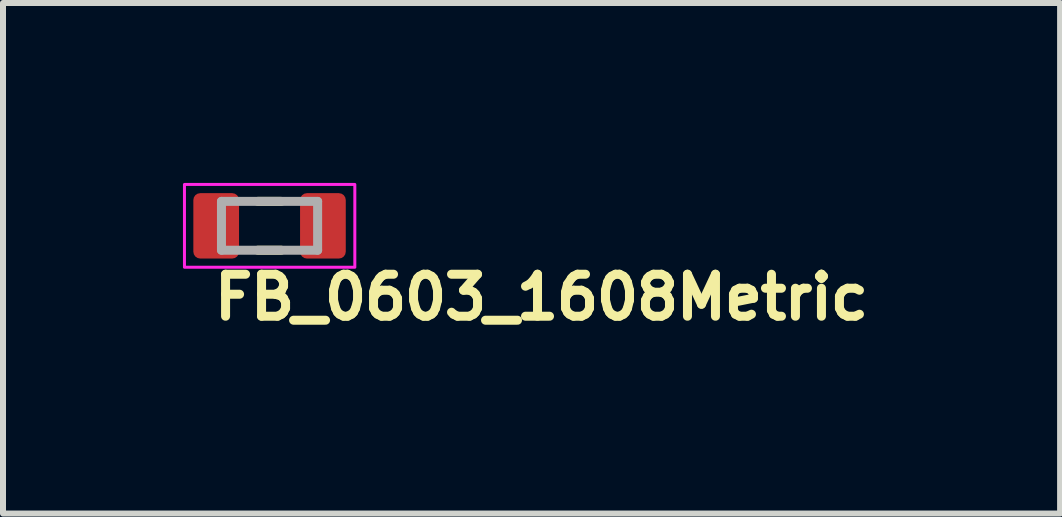
<source format=kicad_pcb>
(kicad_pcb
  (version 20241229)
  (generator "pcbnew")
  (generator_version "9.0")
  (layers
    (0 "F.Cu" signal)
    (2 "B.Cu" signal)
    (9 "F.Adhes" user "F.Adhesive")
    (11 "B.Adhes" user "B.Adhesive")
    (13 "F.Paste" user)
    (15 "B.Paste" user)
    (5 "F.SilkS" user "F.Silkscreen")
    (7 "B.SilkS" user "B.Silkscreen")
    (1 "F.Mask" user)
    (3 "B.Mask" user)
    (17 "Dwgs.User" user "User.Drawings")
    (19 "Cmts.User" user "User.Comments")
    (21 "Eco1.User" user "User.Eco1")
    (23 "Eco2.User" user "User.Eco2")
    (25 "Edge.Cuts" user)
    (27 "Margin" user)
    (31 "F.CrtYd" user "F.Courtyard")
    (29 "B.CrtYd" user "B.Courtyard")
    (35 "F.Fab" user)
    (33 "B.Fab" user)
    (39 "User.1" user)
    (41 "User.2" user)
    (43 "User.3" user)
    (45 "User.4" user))
  (footprint "FB_0603_1608Metric"
    (layer "F.Cu")
    (at 1.445 0.715)
    (property "Reference" "FB_0603_1608Metric" (at -1 1.6 180) (layer "F.SilkS") (effects (font (size 0.7 0.7) (thickness 0.15)) (justify left bottom)))
    (attr smd)
    (fp_line (start 0.193 -0.408) (end -0.196 -0.408) (stroke (width 0.15) (type solid)) (layer "F.SilkS"))
    (fp_line (start 0.193 0.406) (end -0.196 0.406) (stroke (width 0.15) (type solid)) (layer "F.SilkS"))
    (fp_rect (start 1.42 0.69) (end -1.42 -0.69) (stroke (width 0.05) (type solid)) (fill no) (layer "F.CrtYd"))
    (fp_line (start -0.803 -0.408) (end -0.803 0.406) (stroke (width 0.15) (type solid)) (layer "F.Fab"))
    (fp_line (start -0.803 -0.408) (end 0.8 -0.408) (stroke (width 0.15) (type solid)) (layer "F.Fab"))
    (fp_line (start -0.803 0.406) (end 0.8 0.406) (stroke (width 0.15) (type solid)) (layer "F.Fab"))
    (fp_line (start 0.8 0.406) (end 0.8 -0.408) (stroke (width 0.15) (type solid)) (layer "F.Fab"))
    (fp_rect (start 0.8 0.4) (end -0.802 -0.402) (stroke (width 0.1) (type solid)) (fill no) (layer "User.5"))
    (fp_line (start -0.802 -0.392) (end -0.802 -0.392) (stroke (width 0.02) (type solid)) (layer "User.9"))
    (fp_line (start -0.802 -0.392) (end -0.802 0.39) (stroke (width 0.02) (type solid)) (layer "User.9"))
    (fp_line (start -0.802 -0.392) (end -0.801 -0.392) (stroke (width 0.02) (type solid)) (layer "User.9"))
    (fp_line (start -0.802 0.39) (end -0.802 0.39) (stroke (width 0.02) (type solid)) (layer "User.9"))
    (fp_line (start -0.802 0.39) (end -0.801 0.389) (stroke (width 0.02) (type solid)) (layer "User.9"))
    (fp_line (start -0.801 -0.396) (end -0.8 -0.396) (stroke (width 0.02) (type solid)) (layer "User.9"))
    (fp_line (start -0.801 -0.395) (end -0.801 -0.396) (stroke (width 0.02) (type solid)) (layer "User.9"))
    (fp_line (start -0.801 -0.395) (end -0.801 -0.395) (stroke (width 0.02) (type solid)) (layer "User.9"))
    (fp_line (start -0.801 -0.394) (end -0.801 -0.395) (stroke (width 0.02) (type solid)) (layer "User.9"))
    (fp_line (start -0.801 -0.394) (end -0.801 -0.394) (stroke (width 0.02) (type solid)) (layer "User.9"))
    (fp_line (start -0.801 -0.394) (end -0.801 -0.394) (stroke (width 0.02) (type solid)) (layer "User.9"))
    (fp_line (start -0.801 -0.393) (end -0.801 -0.394) (stroke (width 0.02) (type solid)) (layer "User.9"))
    (fp_line (start -0.801 -0.393) (end -0.801 -0.393) (stroke (width 0.02) (type solid)) (layer "User.9"))
    (fp_line (start -0.801 -0.392) (end -0.801 -0.393) (stroke (width 0.02) (type solid)) (layer "User.9"))
    (fp_line (start -0.801 -0.391) (end -0.802 -0.392) (stroke (width 0.02) (type solid)) (layer "User.9"))
    (fp_line (start -0.801 -0.39) (end -0.801 -0.391) (stroke (width 0.02) (type solid)) (layer "User.9"))
    (fp_line (start -0.801 -0.39) (end -0.801 -0.39) (stroke (width 0.02) (type solid)) (layer "User.9"))
    (fp_line (start -0.801 -0.389) (end -0.801 -0.39) (stroke (width 0.02) (type solid)) (layer "User.9"))
    (fp_line (start -0.801 -0.389) (end -0.801 -0.389) (stroke (width 0.02) (type solid)) (layer "User.9"))
    (fp_line (start -0.801 -0.389) (end -0.801 -0.389) (stroke (width 0.02) (type solid)) (layer "User.9"))
    (fp_line (start -0.801 -0.388) (end -0.801 -0.389) (stroke (width 0.02) (type solid)) (layer "User.9"))
    (fp_line (start -0.801 -0.388) (end -0.801 -0.388) (stroke (width 0.02) (type solid)) (layer "User.9"))
    (fp_line (start -0.801 -0.387) (end -0.801 -0.388) (stroke (width 0.02) (type solid)) (layer "User.9"))
    (fp_line (start -0.801 0.385) (end -0.8 0.385) (stroke (width 0.02) (type solid)) (layer "User.9"))
    (fp_line (start -0.801 0.386) (end -0.801 0.385) (stroke (width 0.02) (type solid)) (layer "User.9"))
    (fp_line (start -0.801 0.386) (end -0.801 0.386) (stroke (width 0.02) (type solid)) (layer "User.9"))
    (fp_line (start -0.801 0.387) (end -0.801 0.386) (stroke (width 0.02) (type solid)) (layer "User.9"))
    (fp_line (start -0.801 0.387) (end -0.801 0.387) (stroke (width 0.02) (type solid)) (layer "User.9"))
    (fp_line (start -0.801 0.387) (end -0.801 0.387) (stroke (width 0.02) (type solid)) (layer "User.9"))
    (fp_line (start -0.801 0.388) (end -0.801 0.387) (stroke (width 0.02) (type solid)) (layer "User.9"))
    (fp_line (start -0.801 0.388) (end -0.801 0.388) (stroke (width 0.02) (type solid)) (layer "User.9"))
    (fp_line (start -0.801 0.389) (end -0.801 0.388) (stroke (width 0.02) (type solid)) (layer "User.9"))
    (fp_line (start -0.801 0.39) (end -0.802 0.39) (stroke (width 0.02) (type solid)) (layer "User.9"))
    (fp_line (start -0.801 0.391) (end -0.801 0.39) (stroke (width 0.02) (type solid)) (layer "User.9"))
    (fp_line (start -0.801 0.391) (end -0.801 0.391) (stroke (width 0.02) (type solid)) (layer "User.9"))
    (fp_line (start -0.801 0.392) (end -0.801 0.391) (stroke (width 0.02) (type solid)) (layer "User.9"))
    (fp_line (start -0.801 0.392) (end -0.801 0.392) (stroke (width 0.02) (type solid)) (layer "User.9"))
    (fp_line (start -0.801 0.392) (end -0.801 0.392) (stroke (width 0.02) (type solid)) (layer "User.9"))
    (fp_line (start -0.801 0.393) (end -0.801 0.392) (stroke (width 0.02) (type solid)) (layer "User.9"))
    (fp_line (start -0.801 0.393) (end -0.801 0.393) (stroke (width 0.02) (type solid)) (layer "User.9"))
    (fp_line (start -0.801 0.394) (end -0.801 0.393) (stroke (width 0.02) (type solid)) (layer "User.9"))
    (fp_line (start -0.8 -0.397) (end -0.8 -0.397) (stroke (width 0.02) (type solid)) (layer "User.9"))
    (fp_line (start -0.8 -0.397) (end -0.8 -0.397) (stroke (width 0.02) (type solid)) (layer "User.9"))
    (fp_line (start -0.8 -0.397) (end -0.799 -0.398) (stroke (width 0.02) (type solid)) (layer "User.9"))
    (fp_line (start -0.8 -0.396) (end -0.8 -0.397) (stroke (width 0.02) (type solid)) (layer "User.9"))
    (fp_line (start -0.8 -0.387) (end -0.801 -0.387) (stroke (width 0.02) (type solid)) (layer "User.9"))
    (fp_line (start -0.8 -0.386) (end -0.8 -0.387) (stroke (width 0.02) (type solid)) (layer "User.9"))
    (fp_line (start -0.8 -0.386) (end -0.8 -0.386) (stroke (width 0.02) (type solid)) (layer "User.9"))
    (fp_line (start -0.8 -0.386) (end -0.8 -0.386) (stroke (width 0.02) (type solid)) (layer "User.9"))
    (fp_line (start -0.8 0.384) (end -0.8 0.384) (stroke (width 0.02) (type solid)) (layer "User.9"))
    (fp_line (start -0.8 0.384) (end -0.8 0.384) (stroke (width 0.02) (type solid)) (layer "User.9"))
    (fp_line (start -0.8 0.384) (end -0.799 0.382) (stroke (width 0.02) (type solid)) (layer "User.9"))
    (fp_line (start -0.8 0.385) (end -0.8 0.384) (stroke (width 0.02) (type solid)) (layer "User.9"))
    (fp_line (start -0.8 0.394) (end -0.801 0.394) (stroke (width 0.02) (type solid)) (layer "User.9"))
    (fp_line (start -0.8 0.395) (end -0.8 0.394) (stroke (width 0.02) (type solid)) (layer "User.9"))
    (fp_line (start -0.8 0.395) (end -0.8 0.395) (stroke (width 0.02) (type solid)) (layer "User.9"))
    (fp_line (start -0.8 0.395) (end -0.8 0.395) (stroke (width 0.02) (type solid)) (layer "User.9"))
    (fp_line (start -0.799 -0.399) (end -0.798 -0.399) (stroke (width 0.02) (type solid)) (layer "User.9"))
    (fp_line (start -0.799 -0.398) (end -0.799 -0.399) (stroke (width 0.02) (type solid)) (layer "User.9"))
    (fp_line (start -0.799 -0.398) (end -0.799 -0.398) (stroke (width 0.02) (type solid)) (layer "User.9"))
    (fp_line (start -0.799 -0.384) (end -0.8 -0.386) (stroke (width 0.02) (type solid)) (layer "User.9"))
    (fp_line (start -0.799 -0.384) (end -0.799 -0.384) (stroke (width 0.02) (type solid)) (layer "User.9"))
    (fp_line (start -0.799 -0.383) (end -0.799 -0.384) (stroke (width 0.02) (type solid)) (layer "User.9"))
    (fp_line (start -0.799 0.381) (end -0.798 0.381) (stroke (width 0.02) (type solid)) (layer "User.9"))
    (fp_line (start -0.799 0.382) (end -0.799 0.381) (stroke (width 0.02) (type solid)) (layer "User.9"))
    (fp_line (start -0.799 0.382) (end -0.799 0.382) (stroke (width 0.02) (type solid)) (layer "User.9"))
    (fp_line (start -0.799 0.396) (end -0.8 0.395) (stroke (width 0.02) (type solid)) (layer "User.9"))
    (fp_line (start -0.799 0.396) (end -0.799 0.396) (stroke (width 0.02) (type solid)) (layer "User.9"))
    (fp_line (start -0.799 0.397) (end -0.799 0.396) (stroke (width 0.02) (type solid)) (layer "User.9"))
    (fp_line (start -0.798 -0.399) (end -0.798 -0.399) (stroke (width 0.02) (type solid)) (layer "User.9"))
    (fp_line (start -0.798 -0.399) (end -0.797 -0.4) (stroke (width 0.02) (type solid)) (layer "User.9"))
    (fp_line (start -0.798 -0.383) (end -0.799 -0.383) (stroke (width 0.02) (type solid)) (layer "User.9"))
    (fp_line (start -0.798 -0.383) (end -0.798 -0.383) (stroke (width 0.02) (type solid)) (layer "User.9"))
    (fp_line (start -0.798 0.381) (end -0.798 0.381) (stroke (width 0.02) (type solid)) (layer "User.9"))
    (fp_line (start -0.798 0.381) (end -0.797 0.38) (stroke (width 0.02) (type solid)) (layer "User.9"))
    (fp_line (start -0.798 0.397) (end -0.799 0.397) (stroke (width 0.02) (type solid)) (layer "User.9"))
    (fp_line (start -0.798 0.397) (end -0.798 0.397) (stroke (width 0.02) (type solid)) (layer "User.9"))
    (fp_line (start -0.797 -0.4) (end -0.797 -0.4) (stroke (width 0.02) (type solid)) (layer "User.9"))
    (fp_line (start -0.797 -0.4) (end -0.797 -0.4) (stroke (width 0.02) (type solid)) (layer "User.9"))
    (fp_line (start -0.797 -0.4) (end -0.796 -0.4) (stroke (width 0.02) (type solid)) (layer "User.9"))
    (fp_line (start -0.797 -0.382) (end -0.798 -0.383) (stroke (width 0.02) (type solid)) (layer "User.9"))
    (fp_line (start -0.797 -0.382) (end -0.797 -0.382) (stroke (width 0.02) (type solid)) (layer "User.9"))
    (fp_line (start -0.797 -0.382) (end -0.797 -0.382) (stroke (width 0.02) (type solid)) (layer "User.9"))
    (fp_line (start -0.797 0.38) (end -0.797 0.38) (stroke (width 0.02) (type solid)) (layer "User.9"))
    (fp_line (start -0.797 0.38) (end -0.797 0.38) (stroke (width 0.02) (type solid)) (layer "User.9"))
    (fp_line (start -0.797 0.38) (end -0.796 0.38) (stroke (width 0.02) (type solid)) (layer "User.9"))
    (fp_line (start -0.797 0.398) (end -0.798 0.397) (stroke (width 0.02) (type solid)) (layer "User.9"))
    (fp_line (start -0.797 0.398) (end -0.797 0.398) (stroke (width 0.02) (type solid)) (layer "User.9"))
    (fp_line (start -0.797 0.398) (end -0.797 0.398) (stroke (width 0.02) (type solid)) (layer "User.9"))
    (fp_line (start -0.796 -0.401) (end -0.795 -0.401) (stroke (width 0.02) (type solid)) (layer "User.9"))
    (fp_line (start -0.796 -0.4) (end -0.796 -0.401) (stroke (width 0.02) (type solid)) (layer "User.9"))
    (fp_line (start -0.796 -0.382) (end -0.797 -0.382) (stroke (width 0.02) (type solid)) (layer "User.9"))
    (fp_line (start -0.796 -0.381) (end -0.796 -0.382) (stroke (width 0.02) (type solid)) (layer "User.9"))
    (fp_line (start -0.796 0.379) (end -0.795 0.379) (stroke (width 0.02) (type solid)) (layer "User.9"))
    (fp_line (start -0.796 0.38) (end -0.796 0.379) (stroke (width 0.02) (type solid)) (layer "User.9"))
    (fp_line (start -0.796 0.398) (end -0.797 0.398) (stroke (width 0.02) (type solid)) (layer "User.9"))
    (fp_line (start -0.796 0.399) (end -0.796 0.398) (stroke (width 0.02) (type solid)) (layer "User.9"))
    (fp_line (start -0.795 -0.401) (end -0.795 -0.401) (stroke (width 0.02) (type solid)) (layer "User.9"))
    (fp_line (start -0.795 -0.401) (end -0.794 -0.401) (stroke (width 0.02) (type solid)) (layer "User.9"))
    (fp_line (start -0.795 -0.381) (end -0.796 -0.381) (stroke (width 0.02) (type solid)) (layer "User.9"))
    (fp_line (start -0.795 -0.381) (end -0.795 -0.381) (stroke (width 0.02) (type solid)) (layer "User.9"))
    (fp_line (start -0.795 0.379) (end -0.795 0.379) (stroke (width 0.02) (type solid)) (layer "User.9"))
    (fp_line (start -0.795 0.379) (end -0.794 0.379) (stroke (width 0.02) (type solid)) (layer "User.9"))
    (fp_line (start -0.795 0.399) (end -0.796 0.399) (stroke (width 0.02) (type solid)) (layer "User.9"))
    (fp_line (start -0.795 0.399) (end -0.795 0.399) (stroke (width 0.02) (type solid)) (layer "User.9"))
    (fp_line (start -0.794 -0.401) (end -0.794 -0.401) (stroke (width 0.02) (type solid)) (layer "User.9"))
    (fp_line (start -0.794 -0.401) (end -0.794 -0.401) (stroke (width 0.02) (type solid)) (layer "User.9"))
    (fp_line (start -0.794 -0.401) (end -0.793 -0.401) (stroke (width 0.02) (type solid)) (layer "User.9"))
    (fp_line (start -0.794 -0.381) (end -0.795 -0.381) (stroke (width 0.02) (type solid)) (layer "User.9"))
    (fp_line (start -0.794 -0.381) (end -0.794 -0.381) (stroke (width 0.02) (type solid)) (layer "User.9"))
    (fp_line (start -0.794 -0.381) (end -0.794 -0.381) (stroke (width 0.02) (type solid)) (layer "User.9"))
    (fp_line (start -0.794 0.379) (end -0.794 0.379) (stroke (width 0.02) (type solid)) (layer "User.9"))
    (fp_line (start -0.794 0.379) (end -0.794 0.379) (stroke (width 0.02) (type solid)) (layer "User.9"))
    (fp_line (start -0.794 0.379) (end -0.793 0.379) (stroke (width 0.02) (type solid)) (layer "User.9"))
    (fp_line (start -0.794 0.399) (end -0.795 0.399) (stroke (width 0.02) (type solid)) (layer "User.9"))
    (fp_line (start -0.794 0.399) (end -0.794 0.399) (stroke (width 0.02) (type solid)) (layer "User.9"))
    (fp_line (start -0.794 0.399) (end -0.794 0.399) (stroke (width 0.02) (type solid)) (layer "User.9"))
    (fp_line (start -0.793 -0.401) (end -0.793 -0.401) (stroke (width 0.02) (type solid)) (layer "User.9"))
    (fp_line (start -0.793 -0.401) (end -0.792 -0.401) (stroke (width 0.02) (type solid)) (layer "User.9"))
    (fp_line (start -0.793 -0.381) (end -0.794 -0.381) (stroke (width 0.02) (type solid)) (layer "User.9"))
    (fp_line (start -0.793 -0.381) (end -0.793 -0.381) (stroke (width 0.02) (type solid)) (layer "User.9"))
    (fp_line (start -0.793 0.379) (end -0.793 0.379) (stroke (width 0.02) (type solid)) (layer "User.9"))
    (fp_line (start -0.793 0.379) (end -0.792 0.379) (stroke (width 0.02) (type solid)) (layer "User.9"))
    (fp_line (start -0.793 0.399) (end -0.794 0.399) (stroke (width 0.02) (type solid)) (layer "User.9"))
    (fp_line (start -0.793 0.399) (end -0.793 0.399) (stroke (width 0.02) (type solid)) (layer "User.9"))
    (fp_line (start -0.792 -0.402) (end -0.792 -0.402) (stroke (width 0.02) (type solid)) (layer "User.9"))
    (fp_line (start -0.792 -0.402) (end -0.791 -0.401) (stroke (width 0.02) (type solid)) (layer "User.9"))
    (fp_line (start -0.792 -0.402) (end -0.772 -0.402) (stroke (width 0.02) (type solid)) (layer "User.9"))
    (fp_line (start -0.792 -0.401) (end -0.792 -0.402) (stroke (width 0.02) (type solid)) (layer "User.9"))
    (fp_line (start -0.792 -0.381) (end -0.793 -0.381) (stroke (width 0.02) (type solid)) (layer "User.9"))
    (fp_line (start -0.792 -0.38) (end -0.792 -0.381) (stroke (width 0.02) (type solid)) (layer "User.9"))
    (fp_line (start -0.792 -0.38) (end -0.792 -0.38) (stroke (width 0.02) (type solid)) (layer "User.9"))
    (fp_line (start -0.792 0.378) (end -0.792 0.378) (stroke (width 0.02) (type solid)) (layer "User.9"))
    (fp_line (start -0.792 0.378) (end -0.791 0.379) (stroke (width 0.02) (type solid)) (layer "User.9"))
    (fp_line (start -0.792 0.379) (end -0.792 0.378) (stroke (width 0.02) (type solid)) (layer "User.9"))
    (fp_line (start -0.792 0.399) (end -0.793 0.399) (stroke (width 0.02) (type solid)) (layer "User.9"))
    (fp_line (start -0.792 0.4) (end -0.792 0.399) (stroke (width 0.02) (type solid)) (layer "User.9"))
    (fp_line (start -0.792 0.4) (end -0.792 0.4) (stroke (width 0.02) (type solid)) (layer "User.9"))
    (fp_line (start -0.792 0.4) (end -0.772 0.4) (stroke (width 0.02) (type solid)) (layer "User.9"))
    (fp_line (start -0.791 -0.401) (end -0.79 -0.401) (stroke (width 0.02) (type solid)) (layer "User.9"))
    (fp_line (start -0.791 -0.381) (end -0.792 -0.38) (stroke (width 0.02) (type solid)) (layer "User.9"))
    (fp_line (start -0.791 0.379) (end -0.79 0.379) (stroke (width 0.02) (type solid)) (layer "User.9"))
    (fp_line (start -0.791 0.399) (end -0.792 0.4) (stroke (width 0.02) (type solid)) (layer "User.9"))
    (fp_line (start -0.79 -0.401) (end -0.79 -0.401) (stroke (width 0.02) (type solid)) (layer "User.9"))
    (fp_line (start -0.79 -0.401) (end -0.789 -0.401) (stroke (width 0.02) (type solid)) (layer "User.9"))
    (fp_line (start -0.79 -0.381) (end -0.791 -0.381) (stroke (width 0.02) (type solid)) (layer "User.9"))
    (fp_line (start -0.79 -0.381) (end -0.79 -0.381) (stroke (width 0.02) (type solid)) (layer "User.9"))
    (fp_line (start -0.79 0.379) (end -0.79 0.379) (stroke (width 0.02) (type solid)) (layer "User.9"))
    (fp_line (start -0.79 0.379) (end -0.789 0.379) (stroke (width 0.02) (type solid)) (layer "User.9"))
    (fp_line (start -0.79 0.399) (end -0.791 0.399) (stroke (width 0.02) (type solid)) (layer "User.9"))
    (fp_line (start -0.79 0.399) (end -0.79 0.399) (stroke (width 0.02) (type solid)) (layer "User.9"))
    (fp_line (start -0.789 -0.401) (end -0.789 -0.401) (stroke (width 0.02) (type solid)) (layer "User.9"))
    (fp_line (start -0.789 -0.401) (end -0.789 -0.401) (stroke (width 0.02) (type solid)) (layer "User.9"))
    (fp_line (start -0.789 -0.401) (end -0.788 -0.401) (stroke (width 0.02) (type solid)) (layer "User.9"))
    (fp_line (start -0.789 -0.381) (end -0.79 -0.381) (stroke (width 0.02) (type solid)) (layer "User.9"))
    (fp_line (start -0.789 -0.381) (end -0.789 -0.381) (stroke (width 0.02) (type solid)) (layer "User.9"))
    (fp_line (start -0.789 -0.381) (end -0.789 -0.381) (stroke (width 0.02) (type solid)) (layer "User.9"))
    (fp_line (start -0.789 0.379) (end -0.789 0.379) (stroke (width 0.02) (type solid)) (layer "User.9"))
    (fp_line (start -0.789 0.379) (end -0.789 0.379) (stroke (width 0.02) (type solid)) (layer "User.9"))
    (fp_line (start -0.789 0.379) (end -0.788 0.379) (stroke (width 0.02) (type solid)) (layer "User.9"))
    (fp_line (start -0.789 0.399) (end -0.79 0.399) (stroke (width 0.02) (type solid)) (layer "User.9"))
    (fp_line (start -0.789 0.399) (end -0.789 0.399) (stroke (width 0.02) (type solid)) (layer "User.9"))
    (fp_line (start -0.789 0.399) (end -0.789 0.399) (stroke (width 0.02) (type solid)) (layer "User.9"))
    (fp_line (start -0.788 -0.401) (end -0.788 -0.401) (stroke (width 0.02) (type solid)) (layer "User.9"))
    (fp_line (start -0.788 -0.401) (end -0.787 -0.401) (stroke (width 0.02) (type solid)) (layer "User.9"))
    (fp_line (start -0.788 -0.381) (end -0.789 -0.381) (stroke (width 0.02) (type solid)) (layer "User.9"))
    (fp_line (start -0.788 -0.381) (end -0.788 -0.381) (stroke (width 0.02) (type solid)) (layer "User.9"))
    (fp_line (start -0.788 0.379) (end -0.788 0.379) (stroke (width 0.02) (type solid)) (layer "User.9"))
    (fp_line (start -0.788 0.379) (end -0.787 0.379) (stroke (width 0.02) (type solid)) (layer "User.9"))
    (fp_line (start -0.788 0.399) (end -0.789 0.399) (stroke (width 0.02) (type solid)) (layer "User.9"))
    (fp_line (start -0.788 0.399) (end -0.788 0.399) (stroke (width 0.02) (type solid)) (layer "User.9"))
    (fp_line (start -0.787 -0.401) (end -0.787 -0.4) (stroke (width 0.02) (type solid)) (layer "User.9"))
    (fp_line (start -0.787 -0.4) (end -0.786 -0.4) (stroke (width 0.02) (type solid)) (layer "User.9"))
    (fp_line (start -0.787 -0.382) (end -0.787 -0.381) (stroke (width 0.02) (type solid)) (layer "User.9"))
    (fp_line (start -0.787 -0.381) (end -0.788 -0.381) (stroke (width 0.02) (type solid)) (layer "User.9"))
    (fp_line (start -0.787 0.379) (end -0.787 0.38) (stroke (width 0.02) (type solid)) (layer "User.9"))
    (fp_line (start -0.787 0.38) (end -0.786 0.38) (stroke (width 0.02) (type solid)) (layer "User.9"))
    (fp_line (start -0.787 0.398) (end -0.787 0.399) (stroke (width 0.02) (type solid)) (layer "User.9"))
    (fp_line (start -0.787 0.399) (end -0.788 0.399) (stroke (width 0.02) (type solid)) (layer "User.9"))
    (fp_line (start -0.786 -0.4) (end -0.786 -0.4) (stroke (width 0.02) (type solid)) (layer "User.9"))
    (fp_line (start -0.786 -0.4) (end -0.786 -0.4) (stroke (width 0.02) (type solid)) (layer "User.9"))
    (fp_line (start -0.786 -0.4) (end -0.785 -0.399) (stroke (width 0.02) (type solid)) (layer "User.9"))
    (fp_line (start -0.786 -0.382) (end -0.787 -0.382) (stroke (width 0.02) (type solid)) (layer "User.9"))
    (fp_line (start -0.786 -0.382) (end -0.786 -0.382) (stroke (width 0.02) (type solid)) (layer "User.9"))
    (fp_line (start -0.786 -0.382) (end -0.786 -0.382) (stroke (width 0.02) (type solid)) (layer "User.9"))
    (fp_line (start -0.786 0.38) (end -0.786 0.38) (stroke (width 0.02) (type solid)) (layer "User.9"))
    (fp_line (start -0.786 0.38) (end -0.786 0.38) (stroke (width 0.02) (type solid)) (layer "User.9"))
    (fp_line (start -0.786 0.38) (end -0.785 0.381) (stroke (width 0.02) (type solid)) (layer "User.9"))
    (fp_line (start -0.786 0.398) (end -0.787 0.398) (stroke (width 0.02) (type solid)) (layer "User.9"))
    (fp_line (start -0.786 0.398) (end -0.786 0.398) (stroke (width 0.02) (type solid)) (layer "User.9"))
    (fp_line (start -0.786 0.398) (end -0.786 0.398) (stroke (width 0.02) (type solid)) (layer "User.9"))
    (fp_line (start -0.785 -0.399) (end -0.785 -0.399) (stroke (width 0.02) (type solid)) (layer "User.9"))
    (fp_line (start -0.785 -0.399) (end -0.784 -0.399) (stroke (width 0.02) (type solid)) (layer "User.9"))
    (fp_line (start -0.785 -0.383) (end -0.786 -0.382) (stroke (width 0.02) (type solid)) (layer "User.9"))
    (fp_line (start -0.785 -0.383) (end -0.785 -0.383) (stroke (width 0.02) (type solid)) (layer "User.9"))
    (fp_line (start -0.785 0.381) (end -0.785 0.381) (stroke (width 0.02) (type solid)) (layer "User.9"))
    (fp_line (start -0.785 0.381) (end -0.784 0.381) (stroke (width 0.02) (type solid)) (layer "User.9"))
    (fp_line (start -0.785 0.397) (end -0.786 0.398) (stroke (width 0.02) (type solid)) (layer "User.9"))
    (fp_line (start -0.785 0.397) (end -0.785 0.397) (stroke (width 0.02) (type solid)) (layer "User.9"))
    (fp_line (start -0.784 -0.399) (end -0.784 -0.398) (stroke (width 0.02) (type solid)) (layer "User.9"))
    (fp_line (start -0.784 -0.398) (end -0.784 -0.398) (stroke (width 0.02) (type solid)) (layer "User.9"))
    (fp_line (start -0.784 -0.398) (end -0.783 -0.397) (stroke (width 0.02) (type solid)) (layer "User.9"))
    (fp_line (start -0.784 -0.384) (end -0.784 -0.384) (stroke (width 0.02) (type solid)) (layer "User.9"))
    (fp_line (start -0.784 -0.384) (end -0.784 -0.383) (stroke (width 0.02) (type solid)) (layer "User.9"))
    (fp_line (start -0.784 -0.383) (end -0.785 -0.383) (stroke (width 0.02) (type solid)) (layer "User.9"))
    (fp_line (start -0.784 0.381) (end -0.784 0.382) (stroke (width 0.02) (type solid)) (layer "User.9"))
    (fp_line (start -0.784 0.382) (end -0.784 0.382) (stroke (width 0.02) (type solid)) (layer "User.9"))
    (fp_line (start -0.784 0.382) (end -0.783 0.384) (stroke (width 0.02) (type solid)) (layer "User.9"))
    (fp_line (start -0.784 0.396) (end -0.784 0.396) (stroke (width 0.02) (type solid)) (layer "User.9"))
    (fp_line (start -0.784 0.396) (end -0.784 0.397) (stroke (width 0.02) (type solid)) (layer "User.9"))
    (fp_line (start -0.784 0.397) (end -0.785 0.397) (stroke (width 0.02) (type solid)) (layer "User.9"))
    (fp_line (start -0.783 -0.397) (end -0.783 -0.397) (stroke (width 0.02) (type solid)) (layer "User.9"))
    (fp_line (start -0.783 -0.397) (end -0.783 -0.397) (stroke (width 0.02) (type solid)) (layer "User.9"))
    (fp_line (start -0.783 -0.397) (end -0.783 -0.396) (stroke (width 0.02) (type solid)) (layer "User.9"))
    (fp_line (start -0.783 -0.396) (end -0.782 -0.396) (stroke (width 0.02) (type solid)) (layer "User.9"))
    (fp_line (start -0.783 -0.387) (end -0.783 -0.386) (stroke (width 0.02) (type solid)) (layer "User.9"))
    (fp_line (start -0.783 -0.386) (end -0.784 -0.384) (stroke (width 0.02) (type solid)) (layer "User.9"))
    (fp_line (start -0.783 -0.386) (end -0.783 -0.386) (stroke (width 0.02) (type solid)) (layer "User.9"))
    (fp_line (start -0.783 -0.386) (end -0.783 -0.386) (stroke (width 0.02) (type solid)) (layer "User.9"))
    (fp_line (start -0.783 0.384) (end -0.783 0.384) (stroke (width 0.02) (type solid)) (layer "User.9"))
    (fp_line (start -0.783 0.384) (end -0.783 0.384) (stroke (width 0.02) (type solid)) (layer "User.9"))
    (fp_line (start -0.783 0.384) (end -0.783 0.385) (stroke (width 0.02) (type solid)) (layer "User.9"))
    (fp_line (start -0.783 0.385) (end -0.782 0.385) (stroke (width 0.02) (type solid)) (layer "User.9"))
    (fp_line (start -0.783 0.394) (end -0.783 0.395) (stroke (width 0.02) (type solid)) (layer "User.9"))
    (fp_line (start -0.783 0.395) (end -0.784 0.396) (stroke (width 0.02) (type solid)) (layer "User.9"))
    (fp_line (start -0.783 0.395) (end -0.783 0.395) (stroke (width 0.02) (type solid)) (layer "User.9"))
    (fp_line (start -0.783 0.395) (end -0.783 0.395) (stroke (width 0.02) (type solid)) (layer "User.9"))
    (fp_line (start -0.782 -0.396) (end -0.782 -0.395) (stroke (width 0.02) (type solid)) (layer "User.9"))
    (fp_line (start -0.782 -0.395) (end -0.782 -0.395) (stroke (width 0.02) (type solid)) (layer "User.9"))
    (fp_line (start -0.782 -0.395) (end -0.782 -0.394) (stroke (width 0.02) (type solid)) (layer "User.9"))
    (fp_line (start -0.782 -0.394) (end -0.782 -0.394) (stroke (width 0.02) (type solid)) (layer "User.9"))
    (fp_line (start -0.782 -0.394) (end -0.782 -0.394) (stroke (width 0.02) (type solid)) (layer "User.9"))
    (fp_line (start -0.782 -0.394) (end -0.782 -0.393) (stroke (width 0.02) (type solid)) (layer "User.9"))
    (fp_line (start -0.782 -0.393) (end -0.782 -0.393) (stroke (width 0.02) (type solid)) (layer "User.9"))
    (fp_line (start -0.782 -0.393) (end -0.782 -0.392) (stroke (width 0.02) (type solid)) (layer "User.9"))
    (fp_line (start -0.782 -0.392) (end -0.782 -0.392) (stroke (width 0.02) (type solid)) (layer "User.9"))
    (fp_line (start -0.782 -0.392) (end -0.782 -0.392) (stroke (width 0.02) (type solid)) (layer "User.9"))
    (fp_line (start -0.782 -0.392) (end -0.782 -0.392) (stroke (width 0.02) (type solid)) (layer "User.9"))
    (fp_line (start -0.782 -0.392) (end -0.782 -0.391) (stroke (width 0.02) (type solid)) (layer "User.9"))
    (fp_line (start -0.782 -0.391) (end -0.782 -0.39) (stroke (width 0.02) (type solid)) (layer "User.9"))
    (fp_line (start -0.782 -0.39) (end -0.782 -0.39) (stroke (width 0.02) (type solid)) (layer "User.9"))
    (fp_line (start -0.782 -0.39) (end -0.782 -0.389) (stroke (width 0.02) (type solid)) (layer "User.9"))
    (fp_line (start -0.782 -0.389) (end -0.782 -0.389) (stroke (width 0.02) (type solid)) (layer "User.9"))
    (fp_line (start -0.782 -0.389) (end -0.782 -0.389) (stroke (width 0.02) (type solid)) (layer "User.9"))
    (fp_line (start -0.782 -0.389) (end -0.782 -0.388) (stroke (width 0.02) (type solid)) (layer "User.9"))
    (fp_line (start -0.782 -0.388) (end -0.782 -0.388) (stroke (width 0.02) (type solid)) (layer "User.9"))
    (fp_line (start -0.782 -0.388) (end -0.782 -0.387) (stroke (width 0.02) (type solid)) (layer "User.9"))
    (fp_line (start -0.782 -0.387) (end -0.783 -0.387) (stroke (width 0.02) (type solid)) (layer "User.9"))
    (fp_line (start -0.782 0.385) (end -0.782 0.386) (stroke (width 0.02) (type solid)) (layer "User.9"))
    (fp_line (start -0.782 0.386) (end -0.782 0.386) (stroke (width 0.02) (type solid)) (layer "User.9"))
    (fp_line (start -0.782 0.386) (end -0.782 0.387) (stroke (width 0.02) (type solid)) (layer "User.9"))
    (fp_line (start -0.782 0.387) (end -0.782 0.387) (stroke (width 0.02) (type solid)) (layer "User.9"))
    (fp_line (start -0.782 0.387) (end -0.782 0.387) (stroke (width 0.02) (type solid)) (layer "User.9"))
    (fp_line (start -0.782 0.387) (end -0.782 0.388) (stroke (width 0.02) (type solid)) (layer "User.9"))
    (fp_line (start -0.782 0.388) (end -0.782 0.388) (stroke (width 0.02) (type solid)) (layer "User.9"))
    (fp_line (start -0.782 0.388) (end -0.782 0.389) (stroke (width 0.02) (type solid)) (layer "User.9"))
    (fp_line (start -0.782 0.389) (end -0.782 0.39) (stroke (width 0.02) (type solid)) (layer "User.9"))
    (fp_line (start -0.782 0.39) (end -0.782 0.39) (stroke (width 0.02) (type solid)) (layer "User.9"))
    (fp_line (start -0.782 0.39) (end -0.782 0.39) (stroke (width 0.02) (type solid)) (layer "User.9"))
    (fp_line (start -0.782 0.39) (end -0.782 0.39) (stroke (width 0.02) (type solid)) (layer "User.9"))
    (fp_line (start -0.782 0.39) (end -0.782 0.391) (stroke (width 0.02) (type solid)) (layer "User.9"))
    (fp_line (start -0.782 0.391) (end -0.782 0.391) (stroke (width 0.02) (type solid)) (layer "User.9"))
    (fp_line (start -0.782 0.391) (end -0.782 0.392) (stroke (width 0.02) (type solid)) (layer "User.9"))
    (fp_line (start -0.782 0.392) (end -0.782 0.392) (stroke (width 0.02) (type solid)) (layer "User.9"))
    (fp_line (start -0.782 0.392) (end -0.782 0.392) (stroke (width 0.02) (type solid)) (layer "User.9"))
    (fp_line (start -0.782 0.392) (end -0.782 0.393) (stroke (width 0.02) (type solid)) (layer "User.9"))
    (fp_line (start -0.782 0.393) (end -0.782 0.393) (stroke (width 0.02) (type solid)) (layer "User.9"))
    (fp_line (start -0.782 0.393) (end -0.782 0.394) (stroke (width 0.02) (type solid)) (layer "User.9"))
    (fp_line (start -0.782 0.394) (end -0.783 0.394) (stroke (width 0.02) (type solid)) (layer "User.9"))
    (fp_line (start -0.777 -0.402) (end -0.792 -0.402) (stroke (width 0.02) (type solid)) (layer "User.9"))
    (fp_line (start -0.777 0.4) (end -0.792 0.4) (stroke (width 0.02) (type solid)) (layer "User.9"))
    (fp_line (start -0.772 -0.402) (end -0.792 -0.402) (stroke (width 0.02) (type solid)) (layer "User.9"))
    (fp_line (start -0.772 -0.402) (end -0.777 -0.402) (stroke (width 0.02) (type solid)) (layer "User.9"))
    (fp_line (start -0.772 -0.402) (end -0.777 -0.402) (stroke (width 0.02) (type solid)) (layer "User.9"))
    (fp_line (start -0.772 0.4) (end -0.792 0.4) (stroke (width 0.02) (type solid)) (layer "User.9"))
    (fp_line (start -0.772 0.4) (end -0.6 0.4) (stroke (width 0.02) (type solid)) (layer "User.9"))
    (fp_line (start -0.6 -0.402) (end -0.772 -0.402) (stroke (width 0.02) (type solid)) (layer "User.9"))
    (fp_line (start -0.6 -0.402) (end -0.6 0.4) (stroke (width 0.02) (type solid)) (layer "User.9"))
    (fp_line (start -0.6 0.4) (end -0.59 0.39) (stroke (width 0.02) (type solid)) (layer "User.9"))
    (fp_line (start -0.6 0.4) (end 0.598 0.4) (stroke (width 0.02) (type solid)) (layer "User.9"))
    (fp_line (start -0.59 -0.392) (end -0.6 -0.402) (stroke (width 0.02) (type solid)) (layer "User.9"))
    (fp_line (start 0.598 -0.402) (end -0.6 -0.402) (stroke (width 0.02) (type solid)) (layer "User.9"))
    (fp_line (start 0.598 -0.402) (end 0.588 -0.392) (stroke (width 0.02) (type solid)) (layer "User.9"))
    (fp_line (start 0.598 0.4) (end 0.588 0.39) (stroke (width 0.02) (type solid)) (layer "User.9"))
    (fp_line (start 0.598 0.4) (end 0.598 -0.402) (stroke (width 0.02) (type solid)) (layer "User.9"))
    (fp_line (start 0.598 0.4) (end 0.77 0.4) (stroke (width 0.02) (type solid)) (layer "User.9"))
    (fp_line (start 0.77 -0.402) (end 0.598 -0.402) (stroke (width 0.02) (type solid)) (layer "User.9"))
    (fp_line (start 0.77 -0.402) (end 0.775 -0.402) (stroke (width 0.02) (type solid)) (layer "User.9"))
    (fp_line (start 0.77 -0.402) (end 0.79 -0.402) (stroke (width 0.02) (type solid)) (layer "User.9"))
    (fp_line (start 0.77 0.4) (end 0.775 0.4) (stroke (width 0.02) (type solid)) (layer "User.9"))
    (fp_line (start 0.77 0.4) (end 0.775 0.4) (stroke (width 0.02) (type solid)) (layer "User.9"))
    (fp_line (start 0.77 0.4) (end 0.79 0.4) (stroke (width 0.02) (type solid)) (layer "User.9"))
    (fp_line (start 0.775 -0.402) (end 0.77 -0.402) (stroke (width 0.02) (type solid)) (layer "User.9"))
    (fp_line (start 0.775 -0.402) (end 0.79 -0.402) (stroke (width 0.02) (type solid)) (layer "User.9"))
    (fp_line (start 0.775 0.4) (end 0.79 0.4) (stroke (width 0.02) (type solid)) (layer "User.9"))
    (fp_line (start 0.78 -0.396) (end 0.781 -0.396) (stroke (width 0.02) (type solid)) (layer "User.9"))
    (fp_line (start 0.78 -0.395) (end 0.78 -0.396) (stroke (width 0.02) (type solid)) (layer "User.9"))
    (fp_line (start 0.78 -0.395) (end 0.78 -0.395) (stroke (width 0.02) (type solid)) (layer "User.9"))
    (fp_line (start 0.78 -0.394) (end 0.78 -0.395) (stroke (width 0.02) (type solid)) (layer "User.9"))
    (fp_line (start 0.78 -0.394) (end 0.78 -0.394) (stroke (width 0.02) (type solid)) (layer "User.9"))
    (fp_line (start 0.78 -0.394) (end 0.78 -0.394) (stroke (width 0.02) (type solid)) (layer "User.9"))
    (fp_line (start 0.78 -0.393) (end 0.78 -0.394) (stroke (width 0.02) (type solid)) (layer "User.9"))
    (fp_line (start 0.78 -0.393) (end 0.78 -0.393) (stroke (width 0.02) (type solid)) (layer "User.9"))
    (fp_line (start 0.78 -0.392) (end 0.78 -0.393) (stroke (width 0.02) (type solid)) (layer "User.9"))
    (fp_line (start 0.78 -0.392) (end 0.78 -0.392) (stroke (width 0.02) (type solid)) (layer "User.9"))
    (fp_line (start 0.78 -0.392) (end 0.78 -0.392) (stroke (width 0.02) (type solid)) (layer "User.9"))
    (fp_line (start 0.78 -0.391) (end 0.78 -0.392) (stroke (width 0.02) (type solid)) (layer "User.9"))
    (fp_line (start 0.78 -0.39) (end 0.78 -0.391) (stroke (width 0.02) (type solid)) (layer "User.9"))
    (fp_line (start 0.78 -0.39) (end 0.78 -0.39) (stroke (width 0.02) (type solid)) (layer "User.9"))
    (fp_line (start 0.78 -0.389) (end 0.78 -0.39) (stroke (width 0.02) (type solid)) (layer "User.9"))
    (fp_line (start 0.78 -0.389) (end 0.78 -0.389) (stroke (width 0.02) (type solid)) (layer "User.9"))
    (fp_line (start 0.78 -0.389) (end 0.78 -0.389) (stroke (width 0.02) (type solid)) (layer "User.9"))
    (fp_line (start 0.78 -0.388) (end 0.78 -0.389) (stroke (width 0.02) (type solid)) (layer "User.9"))
    (fp_line (start 0.78 -0.388) (end 0.78 -0.388) (stroke (width 0.02) (type solid)) (layer "User.9"))
    (fp_line (start 0.78 -0.387) (end 0.78 -0.388) (stroke (width 0.02) (type solid)) (layer "User.9"))
    (fp_line (start 0.78 0.385) (end 0.781 0.385) (stroke (width 0.02) (type solid)) (layer "User.9"))
    (fp_line (start 0.78 0.386) (end 0.78 0.385) (stroke (width 0.02) (type solid)) (layer "User.9"))
    (fp_line (start 0.78 0.386) (end 0.78 0.386) (stroke (width 0.02) (type solid)) (layer "User.9"))
    (fp_line (start 0.78 0.387) (end 0.78 0.386) (stroke (width 0.02) (type solid)) (layer "User.9"))
    (fp_line (start 0.78 0.387) (end 0.78 0.387) (stroke (width 0.02) (type solid)) (layer "User.9"))
    (fp_line (start 0.78 0.387) (end 0.78 0.387) (stroke (width 0.02) (type solid)) (layer "User.9"))
    (fp_line (start 0.78 0.388) (end 0.78 0.387) (stroke (width 0.02) (type solid)) (layer "User.9"))
    (fp_line (start 0.78 0.388) (end 0.78 0.388) (stroke (width 0.02) (type solid)) (layer "User.9"))
    (fp_line (start 0.78 0.389) (end 0.78 0.388) (stroke (width 0.02) (type solid)) (layer "User.9"))
    (fp_line (start 0.78 0.39) (end 0.78 0.389) (stroke (width 0.02) (type solid)) (layer "User.9"))
    (fp_line (start 0.78 0.39) (end 0.78 0.39) (stroke (width 0.02) (type solid)) (layer "User.9"))
    (fp_line (start 0.78 0.39) (end 0.78 0.39) (stroke (width 0.02) (type solid)) (layer "User.9"))
    (fp_line (start 0.78 0.391) (end 0.78 0.39) (stroke (width 0.02) (type solid)) (layer "User.9"))
    (fp_line (start 0.78 0.391) (end 0.78 0.391) (stroke (width 0.02) (type solid)) (layer "User.9"))
    (fp_line (start 0.78 0.392) (end 0.78 0.391) (stroke (width 0.02) (type solid)) (layer "User.9"))
    (fp_line (start 0.78 0.392) (end 0.78 0.392) (stroke (width 0.02) (type solid)) (layer "User.9"))
    (fp_line (start 0.78 0.392) (end 0.78 0.392) (stroke (width 0.02) (type solid)) (layer "User.9"))
    (fp_line (start 0.78 0.393) (end 0.78 0.392) (stroke (width 0.02) (type solid)) (layer "User.9"))
    (fp_line (start 0.78 0.393) (end 0.78 0.393) (stroke (width 0.02) (type solid)) (layer "User.9"))
    (fp_line (start 0.78 0.394) (end 0.78 0.393) (stroke (width 0.02) (type solid)) (layer "User.9"))
    (fp_line (start 0.781 -0.397) (end 0.781 -0.397) (stroke (width 0.02) (type solid)) (layer "User.9"))
    (fp_line (start 0.781 -0.397) (end 0.781 -0.397) (stroke (width 0.02) (type solid)) (layer "User.9"))
    (fp_line (start 0.781 -0.397) (end 0.782 -0.398) (stroke (width 0.02) (type solid)) (layer "User.9"))
    (fp_line (start 0.781 -0.396) (end 0.781 -0.397) (stroke (width 0.02) (type solid)) (layer "User.9"))
    (fp_line (start 0.781 -0.387) (end 0.78 -0.387) (stroke (width 0.02) (type solid)) (layer "User.9"))
    (fp_line (start 0.781 -0.386) (end 0.781 -0.387) (stroke (width 0.02) (type solid)) (layer "User.9"))
    (fp_line (start 0.781 -0.386) (end 0.781 -0.386) (stroke (width 0.02) (type solid)) (layer "User.9"))
    (fp_line (start 0.781 -0.386) (end 0.781 -0.386) (stroke (width 0.02) (type solid)) (layer "User.9"))
    (fp_line (start 0.781 0.384) (end 0.781 0.384) (stroke (width 0.02) (type solid)) (layer "User.9"))
    (fp_line (start 0.781 0.384) (end 0.781 0.384) (stroke (width 0.02) (type solid)) (layer "User.9"))
    (fp_line (start 0.781 0.384) (end 0.782 0.382) (stroke (width 0.02) (type solid)) (layer "User.9"))
    (fp_line (start 0.781 0.385) (end 0.781 0.384) (stroke (width 0.02) (type solid)) (layer "User.9"))
    (fp_line (start 0.781 0.394) (end 0.78 0.394) (stroke (width 0.02) (type solid)) (layer "User.9"))
    (fp_line (start 0.781 0.395) (end 0.781 0.394) (stroke (width 0.02) (type solid)) (layer "User.9"))
    (fp_line (start 0.781 0.395) (end 0.781 0.395) (stroke (width 0.02) (type solid)) (layer "User.9"))
    (fp_line (start 0.781 0.395) (end 0.781 0.395) (stroke (width 0.02) (type solid)) (layer "User.9"))
    (fp_line (start 0.782 -0.399) (end 0.783 -0.399) (stroke (width 0.02) (type solid)) (layer "User.9"))
    (fp_line (start 0.782 -0.398) (end 0.782 -0.399) (stroke (width 0.02) (type solid)) (layer "User.9"))
    (fp_line (start 0.782 -0.398) (end 0.782 -0.398) (stroke (width 0.02) (type solid)) (layer "User.9"))
    (fp_line (start 0.782 -0.384) (end 0.781 -0.386) (stroke (width 0.02) (type solid)) (layer "User.9"))
    (fp_line (start 0.782 -0.384) (end 0.782 -0.384) (stroke (width 0.02) (type solid)) (layer "User.9"))
    (fp_line (start 0.782 -0.383) (end 0.782 -0.384) (stroke (width 0.02) (type solid)) (layer "User.9"))
    (fp_line (start 0.782 0.381) (end 0.783 0.381) (stroke (width 0.02) (type solid)) (layer "User.9"))
    (fp_line (start 0.782 0.382) (end 0.782 0.381) (stroke (width 0.02) (type solid)) (layer "User.9"))
    (fp_line (start 0.782 0.382) (end 0.782 0.382) (stroke (width 0.02) (type solid)) (layer "User.9"))
    (fp_line (start 0.782 0.396) (end 0.781 0.395) (stroke (width 0.02) (type solid)) (layer "User.9"))
    (fp_line (start 0.782 0.396) (end 0.782 0.396) (stroke (width 0.02) (type solid)) (layer "User.9"))
    (fp_line (start 0.782 0.397) (end 0.782 0.396) (stroke (width 0.02) (type solid)) (layer "User.9"))
    (fp_line (start 0.783 -0.399) (end 0.783 -0.399) (stroke (width 0.02) (type solid)) (layer "User.9"))
    (fp_line (start 0.783 -0.399) (end 0.784 -0.4) (stroke (width 0.02) (type solid)) (layer "User.9"))
    (fp_line (start 0.783 -0.383) (end 0.782 -0.383) (stroke (width 0.02) (type solid)) (layer "User.9"))
    (fp_line (start 0.783 -0.383) (end 0.783 -0.383) (stroke (width 0.02) (type solid)) (layer "User.9"))
    (fp_line (start 0.783 0.381) (end 0.783 0.381) (stroke (width 0.02) (type solid)) (layer "User.9"))
    (fp_line (start 0.783 0.381) (end 0.784 0.38) (stroke (width 0.02) (type solid)) (layer "User.9"))
    (fp_line (start 0.783 0.397) (end 0.782 0.397) (stroke (width 0.02) (type solid)) (layer "User.9"))
    (fp_line (start 0.783 0.397) (end 0.783 0.397) (stroke (width 0.02) (type solid)) (layer "User.9"))
    (fp_line (start 0.784 -0.4) (end 0.784 -0.4) (stroke (width 0.02) (type solid)) (layer "User.9"))
    (fp_line (start 0.784 -0.4) (end 0.784 -0.4) (stroke (width 0.02) (type solid)) (layer "User.9"))
    (fp_line (start 0.784 -0.4) (end 0.785 -0.4) (stroke (width 0.02) (type solid)) (layer "User.9"))
    (fp_line (start 0.784 -0.382) (end 0.783 -0.383) (stroke (width 0.02) (type solid)) (layer "User.9"))
    (fp_line (start 0.784 -0.382) (end 0.784 -0.382) (stroke (width 0.02) (type solid)) (layer "User.9"))
    (fp_line (start 0.784 -0.382) (end 0.784 -0.382) (stroke (width 0.02) (type solid)) (layer "User.9"))
    (fp_line (start 0.784 0.38) (end 0.784 0.38) (stroke (width 0.02) (type solid)) (layer "User.9"))
    (fp_line (start 0.784 0.38) (end 0.784 0.38) (stroke (width 0.02) (type solid)) (layer "User.9"))
    (fp_line (start 0.784 0.38) (end 0.785 0.38) (stroke (width 0.02) (type solid)) (layer "User.9"))
    (fp_line (start 0.784 0.398) (end 0.783 0.397) (stroke (width 0.02) (type solid)) (layer "User.9"))
    (fp_line (start 0.784 0.398) (end 0.784 0.398) (stroke (width 0.02) (type solid)) (layer "User.9"))
    (fp_line (start 0.784 0.398) (end 0.784 0.398) (stroke (width 0.02) (type solid)) (layer "User.9"))
    (fp_line (start 0.785 -0.401) (end 0.786 -0.401) (stroke (width 0.02) (type solid)) (layer "User.9"))
    (fp_line (start 0.785 -0.4) (end 0.785 -0.401) (stroke (width 0.02) (type solid)) (layer "User.9"))
    (fp_line (start 0.785 -0.382) (end 0.784 -0.382) (stroke (width 0.02) (type solid)) (layer "User.9"))
    (fp_line (start 0.785 -0.381) (end 0.785 -0.382) (stroke (width 0.02) (type solid)) (layer "User.9"))
    (fp_line (start 0.785 0.379) (end 0.786 0.379) (stroke (width 0.02) (type solid)) (layer "User.9"))
    (fp_line (start 0.785 0.38) (end 0.785 0.379) (stroke (width 0.02) (type solid)) (layer "User.9"))
    (fp_line (start 0.785 0.398) (end 0.784 0.398) (stroke (width 0.02) (type solid)) (layer "User.9"))
    (fp_line (start 0.785 0.399) (end 0.785 0.398) (stroke (width 0.02) (type solid)) (layer "User.9"))
    (fp_line (start 0.786 -0.401) (end 0.786 -0.401) (stroke (width 0.02) (type solid)) (layer "User.9"))
    (fp_line (start 0.786 -0.401) (end 0.787 -0.401) (stroke (width 0.02) (type solid)) (layer "User.9"))
    (fp_line (start 0.786 -0.381) (end 0.785 -0.381) (stroke (width 0.02) (type solid)) (layer "User.9"))
    (fp_line (start 0.786 -0.381) (end 0.786 -0.381) (stroke (width 0.02) (type solid)) (layer "User.9"))
    (fp_line (start 0.786 0.379) (end 0.786 0.379) (stroke (width 0.02) (type solid)) (layer "User.9"))
    (fp_line (start 0.786 0.379) (end 0.787 0.379) (stroke (width 0.02) (type solid)) (layer "User.9"))
    (fp_line (start 0.786 0.399) (end 0.785 0.399) (stroke (width 0.02) (type solid)) (layer "User.9"))
    (fp_line (start 0.786 0.399) (end 0.786 0.399) (stroke (width 0.02) (type solid)) (layer "User.9"))
    (fp_line (start 0.787 -0.401) (end 0.787 -0.401) (stroke (width 0.02) (type solid)) (layer "User.9"))
    (fp_line (start 0.787 -0.401) (end 0.787 -0.401) (stroke (width 0.02) (type solid)) (layer "User.9"))
    (fp_line (start 0.787 -0.401) (end 0.788 -0.401) (stroke (width 0.02) (type solid)) (layer "User.9"))
    (fp_line (start 0.787 -0.381) (end 0.786 -0.381) (stroke (width 0.02) (type solid)) (layer "User.9"))
    (fp_line (start 0.787 -0.381) (end 0.787 -0.381) (stroke (width 0.02) (type solid)) (layer "User.9"))
    (fp_line (start 0.787 -0.381) (end 0.787 -0.381) (stroke (width 0.02) (type solid)) (layer "User.9"))
    (fp_line (start 0.787 0.379) (end 0.787 0.379) (stroke (width 0.02) (type solid)) (layer "User.9"))
    (fp_line (start 0.787 0.379) (end 0.787 0.379) (stroke (width 0.02) (type solid)) (layer "User.9"))
    (fp_line (start 0.787 0.379) (end 0.788 0.379) (stroke (width 0.02) (type solid)) (layer "User.9"))
    (fp_line (start 0.787 0.399) (end 0.786 0.399) (stroke (width 0.02) (type solid)) (layer "User.9"))
    (fp_line (start 0.787 0.399) (end 0.787 0.399) (stroke (width 0.02) (type solid)) (layer "User.9"))
    (fp_line (start 0.787 0.399) (end 0.787 0.399) (stroke (width 0.02) (type solid)) (layer "User.9"))
    (fp_line (start 0.788 -0.401) (end 0.788 -0.401) (stroke (width 0.02) (type solid)) (layer "User.9"))
    (fp_line (start 0.788 -0.401) (end 0.789 -0.401) (stroke (width 0.02) (type solid)) (layer "User.9"))
    (fp_line (start 0.788 -0.381) (end 0.787 -0.381) (stroke (width 0.02) (type solid)) (layer "User.9"))
    (fp_line (start 0.788 -0.381) (end 0.788 -0.381) (stroke (width 0.02) (type solid)) (layer "User.9"))
    (fp_line (start 0.788 0.379) (end 0.788 0.379) (stroke (width 0.02) (type solid)) (layer "User.9"))
    (fp_line (start 0.788 0.379) (end 0.789 0.379) (stroke (width 0.02) (type solid)) (layer "User.9"))
    (fp_line (start 0.788 0.399) (end 0.787 0.399) (stroke (width 0.02) (type solid)) (layer "User.9"))
    (fp_line (start 0.788 0.399) (end 0.788 0.399) (stroke (width 0.02) (type solid)) (layer "User.9"))
    (fp_line (start 0.789 -0.401) (end 0.79 -0.402) (stroke (width 0.02) (type solid)) (layer "User.9"))
    (fp_line (start 0.789 -0.381) (end 0.788 -0.381) (stroke (width 0.02) (type solid)) (layer "User.9"))
    (fp_line (start 0.789 0.379) (end 0.79 0.378) (stroke (width 0.02) (type solid)) (layer "User.9"))
    (fp_line (start 0.789 0.399) (end 0.788 0.399) (stroke (width 0.02) (type solid)) (layer "User.9"))
    (fp_line (start 0.79 -0.402) (end 0.77 -0.402) (stroke (width 0.02) (type solid)) (layer "User.9"))
    (fp_line (start 0.79 -0.402) (end 0.775 -0.402) (stroke (width 0.02) (type solid)) (layer "User.9"))
    (fp_line (start 0.79 -0.402) (end 0.79 -0.402) (stroke (width 0.02) (type solid)) (layer "User.9"))
    (fp_line (start 0.79 -0.402) (end 0.79 -0.401) (stroke (width 0.02) (type solid)) (layer "User.9"))
    (fp_line (start 0.79 -0.401) (end 0.791 -0.401) (stroke (width 0.02) (type solid)) (layer "User.9"))
    (fp_line (start 0.79 -0.381) (end 0.79 -0.38) (stroke (width 0.02) (type solid)) (layer "User.9"))
    (fp_line (start 0.79 -0.38) (end 0.789 -0.381) (stroke (width 0.02) (type solid)) (layer "User.9"))
    (fp_line (start 0.79 -0.38) (end 0.79 -0.38) (stroke (width 0.02) (type solid)) (layer "User.9"))
    (fp_line (start 0.79 0.378) (end 0.79 0.378) (stroke (width 0.02) (type solid)) (layer "User.9"))
    (fp_line (start 0.79 0.378) (end 0.79 0.379) (stroke (width 0.02) (type solid)) (layer "User.9"))
    (fp_line (start 0.79 0.379) (end 0.791 0.379) (stroke (width 0.02) (type solid)) (layer "User.9"))
    (fp_line (start 0.79 0.399) (end 0.79 0.4) (stroke (width 0.02) (type solid)) (layer "User.9"))
    (fp_line (start 0.79 0.4) (end 0.77 0.4) (stroke (width 0.02) (type solid)) (layer "User.9"))
    (fp_line (start 0.79 0.4) (end 0.789 0.399) (stroke (width 0.02) (type solid)) (layer "User.9"))
    (fp_line (start 0.79 0.4) (end 0.79 0.4) (stroke (width 0.02) (type solid)) (layer "User.9"))
    (fp_line (start 0.791 -0.401) (end 0.791 -0.401) (stroke (width 0.02) (type solid)) (layer "User.9"))
    (fp_line (start 0.791 -0.401) (end 0.792 -0.401) (stroke (width 0.02) (type solid)) (layer "User.9"))
    (fp_line (start 0.791 -0.381) (end 0.79 -0.381) (stroke (width 0.02) (type solid)) (layer "User.9"))
    (fp_line (start 0.791 -0.381) (end 0.791 -0.381) (stroke (width 0.02) (type solid)) (layer "User.9"))
    (fp_line (start 0.791 0.379) (end 0.791 0.379) (stroke (width 0.02) (type solid)) (layer "User.9"))
    (fp_line (start 0.791 0.379) (end 0.792 0.379) (stroke (width 0.02) (type solid)) (layer "User.9"))
    (fp_line (start 0.791 0.399) (end 0.79 0.399) (stroke (width 0.02) (type solid)) (layer "User.9"))
    (fp_line (start 0.791 0.399) (end 0.791 0.399) (stroke (width 0.02) (type solid)) (layer "User.9"))
    (fp_line (start 0.792 -0.401) (end 0.792 -0.401) (stroke (width 0.02) (type solid)) (layer "User.9"))
    (fp_line (start 0.792 -0.401) (end 0.792 -0.401) (stroke (width 0.02) (type solid)) (layer "User.9"))
    (fp_line (start 0.792 -0.401) (end 0.793 -0.401) (stroke (width 0.02) (type solid)) (layer "User.9"))
    (fp_line (start 0.792 -0.381) (end 0.791 -0.381) (stroke (width 0.02) (type solid)) (layer "User.9"))
    (fp_line (start 0.792 -0.381) (end 0.792 -0.381) (stroke (width 0.02) (type solid)) (layer "User.9"))
    (fp_line (start 0.792 -0.381) (end 0.792 -0.381) (stroke (width 0.02) (type solid)) (layer "User.9"))
    (fp_line (start 0.792 0.379) (end 0.792 0.379) (stroke (width 0.02) (type solid)) (layer "User.9"))
    (fp_line (start 0.792 0.379) (end 0.792 0.379) (stroke (width 0.02) (type solid)) (layer "User.9"))
    (fp_line (start 0.792 0.379) (end 0.793 0.379) (stroke (width 0.02) (type solid)) (layer "User.9"))
    (fp_line (start 0.792 0.399) (end 0.791 0.399) (stroke (width 0.02) (type solid)) (layer "User.9"))
    (fp_line (start 0.792 0.399) (end 0.792 0.399) (stroke (width 0.02) (type solid)) (layer "User.9"))
    (fp_line (start 0.792 0.399) (end 0.792 0.399) (stroke (width 0.02) (type solid)) (layer "User.9"))
    (fp_line (start 0.793 -0.401) (end 0.793 -0.401) (stroke (width 0.02) (type solid)) (layer "User.9"))
    (fp_line (start 0.793 -0.401) (end 0.794 -0.401) (stroke (width 0.02) (type solid)) (layer "User.9"))
    (fp_line (start 0.793 -0.381) (end 0.792 -0.381) (stroke (width 0.02) (type solid)) (layer "User.9"))
    (fp_line (start 0.793 -0.381) (end 0.793 -0.381) (stroke (width 0.02) (type solid)) (layer "User.9"))
    (fp_line (start 0.793 0.379) (end 0.793 0.379) (stroke (width 0.02) (type solid)) (layer "User.9"))
    (fp_line (start 0.793 0.379) (end 0.794 0.379) (stroke (width 0.02) (type solid)) (layer "User.9"))
    (fp_line (start 0.793 0.399) (end 0.792 0.399) (stroke (width 0.02) (type solid)) (layer "User.9"))
    (fp_line (start 0.793 0.399) (end 0.793 0.399) (stroke (width 0.02) (type solid)) (layer "User.9"))
    (fp_line (start 0.794 -0.401) (end 0.794 -0.4) (stroke (width 0.02) (type solid)) (layer "User.9"))
    (fp_line (start 0.794 -0.4) (end 0.795 -0.4) (stroke (width 0.02) (type solid)) (layer "User.9"))
    (fp_line (start 0.794 -0.382) (end 0.794 -0.381) (stroke (width 0.02) (type solid)) (layer "User.9"))
    (fp_line (start 0.794 -0.381) (end 0.793 -0.381) (stroke (width 0.02) (type solid)) (layer "User.9"))
    (fp_line (start 0.794 0.379) (end 0.794 0.38) (stroke (width 0.02) (type solid)) (layer "User.9"))
    (fp_line (start 0.794 0.38) (end 0.795 0.38) (stroke (width 0.02) (type solid)) (layer "User.9"))
    (fp_line (start 0.794 0.398) (end 0.794 0.399) (stroke (width 0.02) (type solid)) (layer "User.9"))
    (fp_line (start 0.794 0.399) (end 0.793 0.399) (stroke (width 0.02) (type solid)) (layer "User.9"))
    (fp_line (start 0.795 -0.4) (end 0.795 -0.4) (stroke (width 0.02) (type solid)) (layer "User.9"))
    (fp_line (start 0.795 -0.4) (end 0.795 -0.4) (stroke (width 0.02) (type solid)) (layer "User.9"))
    (fp_line (start 0.795 -0.4) (end 0.796 -0.399) (stroke (width 0.02) (type solid)) (layer "User.9"))
    (fp_line (start 0.795 -0.382) (end 0.794 -0.382) (stroke (width 0.02) (type solid)) (layer "User.9"))
    (fp_line (start 0.795 -0.382) (end 0.795 -0.382) (stroke (width 0.02) (type solid)) (layer "User.9"))
    (fp_line (start 0.795 -0.382) (end 0.795 -0.382) (stroke (width 0.02) (type solid)) (layer "User.9"))
    (fp_line (start 0.795 0.38) (end 0.795 0.38) (stroke (width 0.02) (type solid)) (layer "User.9"))
    (fp_line (start 0.795 0.38) (end 0.795 0.38) (stroke (width 0.02) (type solid)) (layer "User.9"))
    (fp_line (start 0.795 0.38) (end 0.796 0.381) (stroke (width 0.02) (type solid)) (layer "User.9"))
    (fp_line (start 0.795 0.398) (end 0.794 0.398) (stroke (width 0.02) (type solid)) (layer "User.9"))
    (fp_line (start 0.795 0.398) (end 0.795 0.398) (stroke (width 0.02) (type solid)) (layer "User.9"))
    (fp_line (start 0.795 0.398) (end 0.795 0.398) (stroke (width 0.02) (type solid)) (layer "User.9"))
    (fp_line (start 0.796 -0.399) (end 0.796 -0.399) (stroke (width 0.02) (type solid)) (layer "User.9"))
    (fp_line (start 0.796 -0.399) (end 0.797 -0.399) (stroke (width 0.02) (type solid)) (layer "User.9"))
    (fp_line (start 0.796 -0.383) (end 0.795 -0.382) (stroke (width 0.02) (type solid)) (layer "User.9"))
    (fp_line (start 0.796 -0.383) (end 0.796 -0.383) (stroke (width 0.02) (type solid)) (layer "User.9"))
    (fp_line (start 0.796 0.381) (end 0.796 0.381) (stroke (width 0.02) (type solid)) (layer "User.9"))
    (fp_line (start 0.796 0.381) (end 0.797 0.381) (stroke (width 0.02) (type solid)) (layer "User.9"))
    (fp_line (start 0.796 0.397) (end 0.795 0.398) (stroke (width 0.02) (type solid)) (layer "User.9"))
    (fp_line (start 0.796 0.397) (end 0.796 0.397) (stroke (width 0.02) (type solid)) (layer "User.9"))
    (fp_line (start 0.797 -0.399) (end 0.797 -0.398) (stroke (width 0.02) (type solid)) (layer "User.9"))
    (fp_line (start 0.797 -0.398) (end 0.797 -0.398) (stroke (width 0.02) (type solid)) (layer "User.9"))
    (fp_line (start 0.797 -0.398) (end 0.798 -0.397) (stroke (width 0.02) (type solid)) (layer "User.9"))
    (fp_line (start 0.797 -0.384) (end 0.797 -0.384) (stroke (width 0.02) (type solid)) (layer "User.9"))
    (fp_line (start 0.797 -0.384) (end 0.797 -0.383) (stroke (width 0.02) (type solid)) (layer "User.9"))
    (fp_line (start 0.797 -0.383) (end 0.796 -0.383) (stroke (width 0.02) (type solid)) (layer "User.9"))
    (fp_line (start 0.797 0.381) (end 0.797 0.382) (stroke (width 0.02) (type solid)) (layer "User.9"))
    (fp_line (start 0.797 0.382) (end 0.797 0.382) (stroke (width 0.02) (type solid)) (layer "User.9"))
    (fp_line (start 0.797 0.382) (end 0.798 0.384) (stroke (width 0.02) (type solid)) (layer "User.9"))
    (fp_line (start 0.797 0.396) (end 0.797 0.396) (stroke (width 0.02) (type solid)) (layer "User.9"))
    (fp_line (start 0.797 0.396) (end 0.797 0.397) (stroke (width 0.02) (type solid)) (layer "User.9"))
    (fp_line (start 0.797 0.397) (end 0.796 0.397) (stroke (width 0.02) (type solid)) (layer "User.9"))
    (fp_line (start 0.798 -0.397) (end 0.798 -0.397) (stroke (width 0.02) (type solid)) (layer "User.9"))
    (fp_line (start 0.798 -0.397) (end 0.798 -0.397) (stroke (width 0.02) (type solid)) (layer "User.9"))
    (fp_line (start 0.798 -0.397) (end 0.798 -0.396) (stroke (width 0.02) (type solid)) (layer "User.9"))
    (fp_line (start 0.798 -0.396) (end 0.799 -0.396) (stroke (width 0.02) (type solid)) (layer "User.9"))
    (fp_line (start 0.798 -0.387) (end 0.798 -0.386) (stroke (width 0.02) (type solid)) (layer "User.9"))
    (fp_line (start 0.798 -0.386) (end 0.797 -0.384) (stroke (width 0.02) (type solid)) (layer "User.9"))
    (fp_line (start 0.798 -0.386) (end 0.798 -0.386) (stroke (width 0.02) (type solid)) (layer "User.9"))
    (fp_line (start 0.798 -0.386) (end 0.798 -0.386) (stroke (width 0.02) (type solid)) (layer "User.9"))
    (fp_line (start 0.798 0.384) (end 0.798 0.384) (stroke (width 0.02) (type solid)) (layer "User.9"))
    (fp_line (start 0.798 0.384) (end 0.798 0.384) (stroke (width 0.02) (type solid)) (layer "User.9"))
    (fp_line (start 0.798 0.384) (end 0.798 0.385) (stroke (width 0.02) (type solid)) (layer "User.9"))
    (fp_line (start 0.798 0.385) (end 0.799 0.385) (stroke (width 0.02) (type solid)) (layer "User.9"))
    (fp_line (start 0.798 0.394) (end 0.798 0.395) (stroke (width 0.02) (type solid)) (layer "User.9"))
    (fp_line (start 0.798 0.395) (end 0.797 0.396) (stroke (width 0.02) (type solid)) (layer "User.9"))
    (fp_line (start 0.798 0.395) (end 0.798 0.395) (stroke (width 0.02) (type solid)) (layer "User.9"))
    (fp_line (start 0.798 0.395) (end 0.798 0.395) (stroke (width 0.02) (type solid)) (layer "User.9"))
    (fp_line (start 0.799 -0.396) (end 0.799 -0.395) (stroke (width 0.02) (type solid)) (layer "User.9"))
    (fp_line (start 0.799 -0.395) (end 0.799 -0.395) (stroke (width 0.02) (type solid)) (layer "User.9"))
    (fp_line (start 0.799 -0.395) (end 0.799 -0.394) (stroke (width 0.02) (type solid)) (layer "User.9"))
    (fp_line (start 0.799 -0.394) (end 0.799 -0.394) (stroke (width 0.02) (type solid)) (layer "User.9"))
    (fp_line (start 0.799 -0.394) (end 0.799 -0.394) (stroke (width 0.02) (type solid)) (layer "User.9"))
    (fp_line (start 0.799 -0.394) (end 0.799 -0.393) (stroke (width 0.02) (type solid)) (layer "User.9"))
    (fp_line (start 0.799 -0.393) (end 0.799 -0.393) (stroke (width 0.02) (type solid)) (layer "User.9"))
    (fp_line (start 0.799 -0.393) (end 0.799 -0.392) (stroke (width 0.02) (type solid)) (layer "User.9"))
    (fp_line (start 0.799 -0.392) (end 0.8 -0.392) (stroke (width 0.02) (type solid)) (layer "User.9"))
    (fp_line (start 0.799 -0.391) (end 0.799 -0.39) (stroke (width 0.02) (type solid)) (layer "User.9"))
    (fp_line (start 0.799 -0.39) (end 0.799 -0.39) (stroke (width 0.02) (type solid)) (layer "User.9"))
    (fp_line (start 0.799 -0.39) (end 0.799 -0.389) (stroke (width 0.02) (type solid)) (layer "User.9"))
    (fp_line (start 0.799 -0.389) (end 0.799 -0.389) (stroke (width 0.02) (type solid)) (layer "User.9"))
    (fp_line (start 0.799 -0.389) (end 0.799 -0.389) (stroke (width 0.02) (type solid)) (layer "User.9"))
    (fp_line (start 0.799 -0.389) (end 0.799 -0.388) (stroke (width 0.02) (type solid)) (layer "User.9"))
    (fp_line (start 0.799 -0.388) (end 0.799 -0.388) (stroke (width 0.02) (type solid)) (layer "User.9"))
    (fp_line (start 0.799 -0.388) (end 0.799 -0.387) (stroke (width 0.02) (type solid)) (layer "User.9"))
    (fp_line (start 0.799 -0.387) (end 0.798 -0.387) (stroke (width 0.02) (type solid)) (layer "User.9"))
    (fp_line (start 0.799 0.385) (end 0.799 0.386) (stroke (width 0.02) (type solid)) (layer "User.9"))
    (fp_line (start 0.799 0.386) (end 0.799 0.386) (stroke (width 0.02) (type solid)) (layer "User.9"))
    (fp_line (start 0.799 0.386) (end 0.799 0.387) (stroke (width 0.02) (type solid)) (layer "User.9"))
    (fp_line (start 0.799 0.387) (end 0.799 0.387) (stroke (width 0.02) (type solid)) (layer "User.9"))
    (fp_line (start 0.799 0.387) (end 0.799 0.387) (stroke (width 0.02) (type solid)) (layer "User.9"))
    (fp_line (start 0.799 0.387) (end 0.799 0.388) (stroke (width 0.02) (type solid)) (layer "User.9"))
    (fp_line (start 0.799 0.388) (end 0.799 0.388) (stroke (width 0.02) (type solid)) (layer "User.9"))
    (fp_line (start 0.799 0.388) (end 0.799 0.389) (stroke (width 0.02) (type solid)) (layer "User.9"))
    (fp_line (start 0.799 0.389) (end 0.8 0.39) (stroke (width 0.02) (type solid)) (layer "User.9"))
    (fp_line (start 0.799 0.39) (end 0.799 0.391) (stroke (width 0.02) (type solid)) (layer "User.9"))
    (fp_line (start 0.799 0.391) (end 0.799 0.391) (stroke (width 0.02) (type solid)) (layer "User.9"))
    (fp_line (start 0.799 0.391) (end 0.799 0.392) (stroke (width 0.02) (type solid)) (layer "User.9"))
    (fp_line (start 0.799 0.392) (end 0.799 0.392) (stroke (width 0.02) (type solid)) (layer "User.9"))
    (fp_line (start 0.799 0.392) (end 0.799 0.392) (stroke (width 0.02) (type solid)) (layer "User.9"))
    (fp_line (start 0.799 0.392) (end 0.799 0.393) (stroke (width 0.02) (type solid)) (layer "User.9"))
    (fp_line (start 0.799 0.393) (end 0.799 0.393) (stroke (width 0.02) (type solid)) (layer "User.9"))
    (fp_line (start 0.799 0.393) (end 0.799 0.394) (stroke (width 0.02) (type solid)) (layer "User.9"))
    (fp_line (start 0.799 0.394) (end 0.798 0.394) (stroke (width 0.02) (type solid)) (layer "User.9"))
    (fp_line (start 0.8 -0.392) (end 0.799 -0.391) (stroke (width 0.02) (type solid)) (layer "User.9"))
    (fp_line (start 0.8 -0.392) (end 0.8 -0.392) (stroke (width 0.02) (type solid)) (layer "User.9"))
    (fp_line (start 0.8 -0.392) (end 0.8 -0.392) (stroke (width 0.02) (type solid)) (layer "User.9"))
    (fp_line (start 0.8 -0.392) (end 0.8 0.39) (stroke (width 0.02) (type solid)) (layer "User.9"))
    (fp_line (start 0.8 0.39) (end 0.799 0.39) (stroke (width 0.02) (type solid)) (layer "User.9"))
    (fp_line (start 0.8 0.39) (end 0.8 0.39) (stroke (width 0.02) (type solid)) (layer "User.9"))
    (fp_line (start 0.8 0.39) (end 0.8 0.39) (stroke (width 0.02) (type solid)) (layer "User.9"))
    (pad "1" smd roundrect (at -0.891 0 180) (size 0.762 1.09) (layers "F.Cu" "F.Mask" "F.Paste") (roundrect_rratio 0.15))
    (pad "2" smd roundrect (at 0.888 0 180) (size 0.762 1.09) (layers "F.Cu" "F.Mask" "F.Paste") (roundrect_rratio 0.15)))
  (gr_rect
    (start -3 -3)
    (end 14.622 5.511)
    (stroke (width 0.1) (type default))
    (fill no)
    (layer "Edge.Cuts")))
</source>
